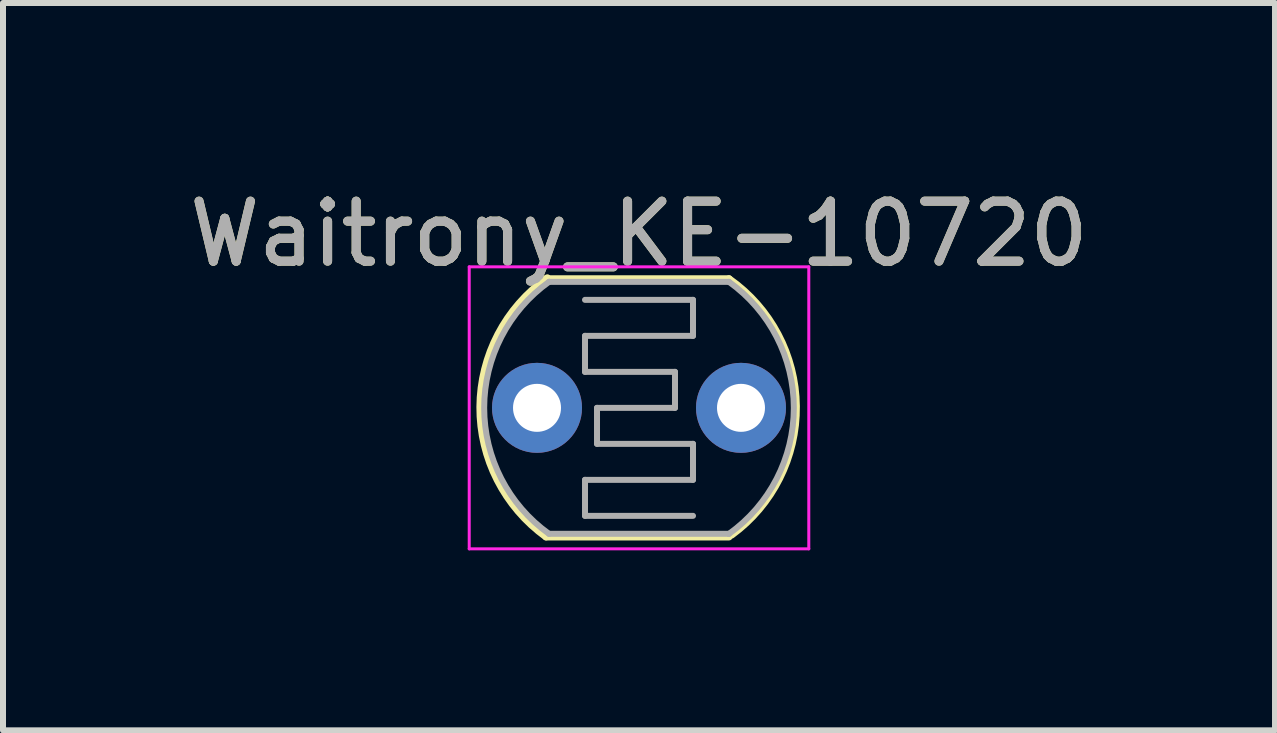
<source format=kicad_pcb>
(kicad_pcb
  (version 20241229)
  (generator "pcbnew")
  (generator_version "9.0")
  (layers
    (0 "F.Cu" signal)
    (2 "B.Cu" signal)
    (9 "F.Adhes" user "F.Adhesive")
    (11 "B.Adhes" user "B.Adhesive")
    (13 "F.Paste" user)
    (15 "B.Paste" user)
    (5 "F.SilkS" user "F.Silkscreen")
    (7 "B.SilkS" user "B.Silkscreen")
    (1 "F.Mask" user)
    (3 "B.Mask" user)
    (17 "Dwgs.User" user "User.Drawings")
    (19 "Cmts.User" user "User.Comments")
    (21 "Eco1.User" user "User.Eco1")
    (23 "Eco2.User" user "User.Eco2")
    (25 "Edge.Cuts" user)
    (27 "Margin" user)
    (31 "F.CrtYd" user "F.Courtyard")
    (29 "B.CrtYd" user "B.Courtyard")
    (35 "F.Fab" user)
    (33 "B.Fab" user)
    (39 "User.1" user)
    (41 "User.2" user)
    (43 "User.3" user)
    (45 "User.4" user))
  (footprint "Waitrony_KE-10720"
    (layer "F.Cu")
    (at 7.601 3.748)
    (property "Reference" "Waitrony_KE-10720" (at 0 -2.9 0) (layer "F.SilkS") (effects (font (size 1 1) (thickness 0.15))))
    (attr through_hole)
    (fp_line (start -1.55 -2.15) (end 1.5 -2.15) (stroke (width 0.12) (type solid)) (layer "F.SilkS"))
    (fp_line (start -1.55 2.15) (end 1.5 2.15) (stroke (width 0.12) (type solid)) (layer "F.SilkS"))
    (fp_arc (start -1.55 2.15) (mid -2.650438 -0.013368) (end -1.528234 -2.165525) (stroke (width 0.12) (type solid)) (layer "F.SilkS"))
    (fp_arc (start 1.5 -2.15) (mid 2.621403 -0.027338) (end 1.544513 2.118249) (stroke (width 0.12) (type solid)) (layer "F.SilkS"))
    (fp_line (start -2.83 -2.35) (end -2.83 2.35) (stroke (width 0.05) (type solid)) (layer "F.CrtYd"))
    (fp_line (start -2.83 -2.35) (end 2.83 -2.35) (stroke (width 0.05) (type solid)) (layer "F.CrtYd"))
    (fp_line (start 2.83 2.35) (end -2.83 2.35) (stroke (width 0.05) (type solid)) (layer "F.CrtYd"))
    (fp_line (start 2.83 2.35) (end 2.83 -2.35) (stroke (width 0.05) (type solid)) (layer "F.CrtYd"))
    (fp_line (start -1.5 -2.1) (end 1.5 -2.1) (stroke (width 0.1) (type solid)) (layer "F.Fab"))
    (fp_line (start -0.9 -1.8) (end 0.9 -1.8) (stroke (width 0.1) (type solid)) (layer "F.Fab"))
    (fp_line (start -0.9 -1.2) (end -0.9 -0.6) (stroke (width 0.1) (type solid)) (layer "F.Fab"))
    (fp_line (start -0.9 1.2) (end -0.9 1.8) (stroke (width 0.1) (type solid)) (layer "F.Fab"))
    (fp_line (start -0.9 1.8) (end 0.9 1.8) (stroke (width 0.1) (type solid)) (layer "F.Fab"))
    (fp_line (start -0.7 0) (end -0.7 0.6) (stroke (width 0.1) (type solid)) (layer "F.Fab"))
    (fp_line (start -0.7 0) (end 0.6 0) (stroke (width 0.1) (type solid)) (layer "F.Fab"))
    (fp_line (start 0.6 -0.6) (end -0.9 -0.6) (stroke (width 0.1) (type solid)) (layer "F.Fab"))
    (fp_line (start 0.6 0) (end 0.6 -0.6) (stroke (width 0.1) (type solid)) (layer "F.Fab"))
    (fp_line (start 0.9 -1.8) (end 0.9 -1.2) (stroke (width 0.1) (type solid)) (layer "F.Fab"))
    (fp_line (start 0.9 -1.2) (end -0.9 -1.2) (stroke (width 0.1) (type solid)) (layer "F.Fab"))
    (fp_line (start 0.9 0.6) (end -0.7 0.6) (stroke (width 0.1) (type solid)) (layer "F.Fab"))
    (fp_line (start 0.9 0.6) (end 0.9 1.2) (stroke (width 0.1) (type solid)) (layer "F.Fab"))
    (fp_line (start 0.9 1.2) (end -0.9 1.2) (stroke (width 0.1) (type solid)) (layer "F.Fab"))
    (fp_line (start 1.5 2.1) (end -1.5 2.1) (stroke (width 0.1) (type solid)) (layer "F.Fab"))
    (fp_arc (start -1.5 2.1) (mid -2.580697 -0.001697) (end -1.497237 -2.101971) (stroke (width 0.1) (type solid)) (layer "F.Fab"))
    (fp_arc (start 1.5 -2.1) (mid 2.580697 0.001697) (end 1.497237 2.101971) (stroke (width 0.1) (type solid)) (layer "F.Fab"))
    (fp_text user "${REFERENCE}" (at 0 -2.9 0) (layer "F.Fab") (effects (font (size 1 1) (thickness 0.15))))
    (pad "1" thru_hole circle (at -1.7 0) (size 1.5 1.5) (drill 0.8) (layers "*.Cu" "*.Mask"))
    (pad "2" thru_hole circle (at 1.7 0) (size 1.5 1.5) (drill 0.8) (layers "*.Cu" "*.Mask")))
  (gr_rect
    (start -3 -3)
    (end 18.202 9.123)
    (stroke (width 0.1) (type default))
    (fill no)
    (layer "Edge.Cuts")))
</source>
